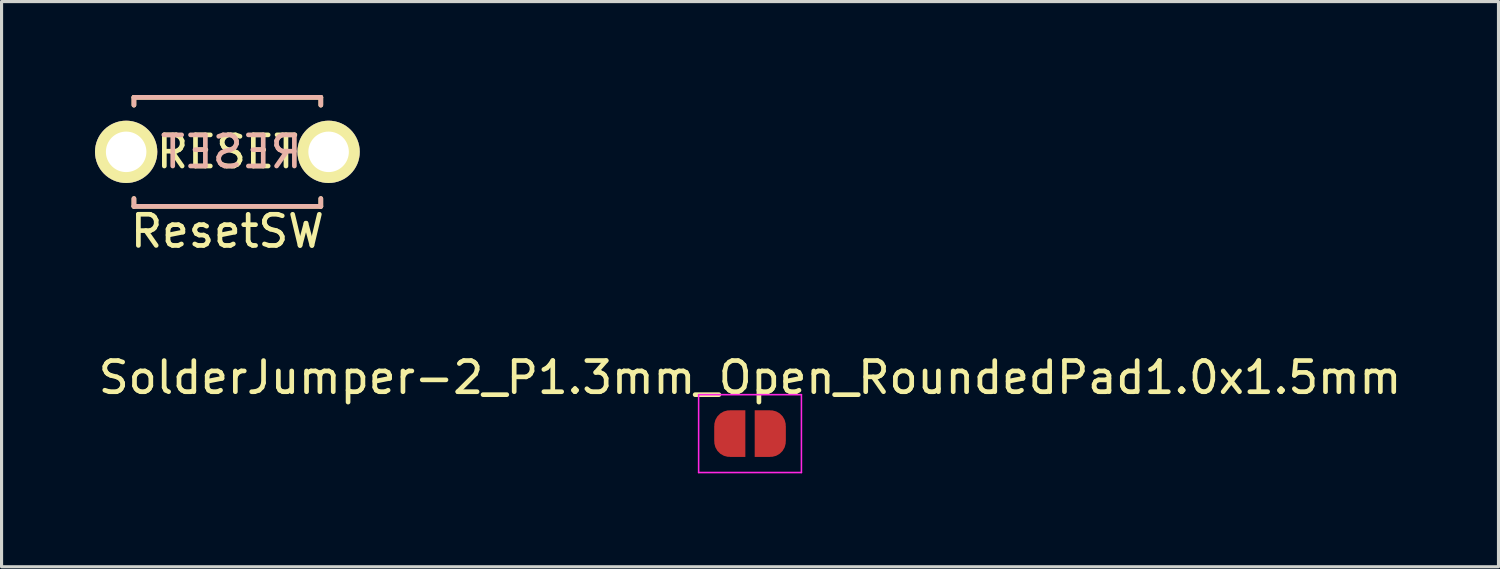
<source format=kicad_pcb>
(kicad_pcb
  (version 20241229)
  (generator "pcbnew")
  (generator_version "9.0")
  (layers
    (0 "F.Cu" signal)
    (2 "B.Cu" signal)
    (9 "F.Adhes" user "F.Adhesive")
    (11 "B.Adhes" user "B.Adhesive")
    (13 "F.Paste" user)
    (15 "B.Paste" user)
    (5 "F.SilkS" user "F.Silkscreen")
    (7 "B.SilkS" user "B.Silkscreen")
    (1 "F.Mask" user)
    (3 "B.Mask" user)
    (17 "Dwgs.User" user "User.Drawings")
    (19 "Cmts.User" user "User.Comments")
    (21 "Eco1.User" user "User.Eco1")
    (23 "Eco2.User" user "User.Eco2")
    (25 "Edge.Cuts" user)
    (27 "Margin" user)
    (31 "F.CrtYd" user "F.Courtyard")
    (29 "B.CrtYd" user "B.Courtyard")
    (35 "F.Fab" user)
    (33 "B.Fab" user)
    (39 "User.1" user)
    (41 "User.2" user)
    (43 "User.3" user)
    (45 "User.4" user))
  (footprint "ResetSW"
    (layer "F.Cu")
    (at 4.25 1.825)
    (property "Reference" "ResetSW" (at 0 2.55 0) (layer "F.SilkS") (effects (font (size 1 1) (thickness 0.15))))
    (attr through_hole)
    (fp_line (start -3 -1.75) (end -3 -1.5) (stroke (width 0.15) (type solid)) (layer "F.SilkS"))
    (fp_line (start -3 -1.75) (end 3 -1.75) (stroke (width 0.15) (type solid)) (layer "F.SilkS"))
    (fp_line (start -3 1.75) (end -3 1.5) (stroke (width 0.15) (type solid)) (layer "F.SilkS"))
    (fp_line (start -3 1.75) (end 3 1.75) (stroke (width 0.15) (type solid)) (layer "F.SilkS"))
    (fp_line (start 3 -1.75) (end 3 -1.5) (stroke (width 0.15) (type solid)) (layer "F.SilkS"))
    (fp_line (start 3 1.75) (end 3 1.5) (stroke (width 0.15) (type solid)) (layer "F.SilkS"))
    (fp_line (start -3 -1.75) (end 3 -1.75) (stroke (width 0.15) (type solid)) (layer "B.SilkS"))
    (fp_line (start -3 -1.5) (end -3 -1.75) (stroke (width 0.15) (type solid)) (layer "B.SilkS"))
    (fp_line (start -3 1.75) (end -3 1.5) (stroke (width 0.15) (type solid)) (layer "B.SilkS"))
    (fp_line (start 3 -1.75) (end 3 -1.5) (stroke (width 0.15) (type solid)) (layer "B.SilkS"))
    (fp_line (start 3 1.5) (end 3 1.75) (stroke (width 0.15) (type solid)) (layer "B.SilkS"))
    (fp_line (start 3 1.75) (end -3 1.75) (stroke (width 0.15) (type solid)) (layer "B.SilkS"))
    (fp_text user "RESET" (at 0 0 0) (layer "F.SilkS") (effects (font (size 1 1) (thickness 0.15))))
    (fp_text user "RESET" (at 0.127 0 0) (layer "B.SilkS") (effects (font (size 1 1) (thickness 0.15)) (justify mirror)))
    (pad "1" thru_hole circle (at 3.25 0) (size 2 2) (drill 1.3) (layers "*.Cu" "*.Mask" "F.SilkS"))
    (pad "2" thru_hole circle (at -3.25 0) (size 2 2) (drill 1.3) (layers "*.Cu" "*.Mask" "F.SilkS")))
  (footprint "SolderJumper-2_P1.3mm_Open_RoundedPad1.0x1.5mm"
    (layer "F.Cu")
    (at 21.03 10.871)
    (property "Reference" "SolderJumper-2_P1.3mm_Open_RoundedPad1.0x1.5mm" (at 0 -1.8 180) (layer "F.SilkS") (effects (font (size 1 1) (thickness 0.15))))
    (attr exclude_from_pos_files)
    (fp_line (start -1.65 -1.25) (end -1.65 1.25) (stroke (width 0.05) (type solid)) (layer "F.CrtYd"))
    (fp_line (start -1.65 -1.25) (end 1.65 -1.25) (stroke (width 0.05) (type solid)) (layer "F.CrtYd"))
    (fp_line (start 1.65 1.25) (end -1.65 1.25) (stroke (width 0.05) (type solid)) (layer "F.CrtYd"))
    (fp_line (start 1.65 1.25) (end 1.65 -1.25) (stroke (width 0.05) (type solid)) (layer "F.CrtYd"))
    (pad "1" smd custom (at -0.65 0) (size 1 0.5) (layers "F.Cu" "F.Mask") (options (anchor rect)) (primitives (gr_circle (center 0 0.25) (end 0.5 0.25) (width 0) (fill yes)) (gr_circle (center 0 -0.25) (end 0.5 -0.25) (width 0) (fill yes)) (gr_poly (pts (xy 0.5 0.75) (xy 0 0.75) (xy 0 -0.75) (xy 0.5 -0.75)) (width 0) (fill yes))))
    (pad "2" smd custom (at 0.65 0) (size 1 0.5) (layers "F.Cu" "F.Mask") (options (anchor rect)) (primitives (gr_circle (center 0 0.25) (end 0.5 0.25) (width 0) (fill yes)) (gr_circle (center 0 -0.25) (end 0.5 -0.25) (width 0) (fill yes)) (gr_poly (pts (xy 0 0.75) (xy -0.5 0.75) (xy -0.5 -0.75) (xy 0 -0.75)) (width 0) (fill yes)))))
  (gr_rect
    (start -3 -3)
    (end 45.06 15.146)
    (stroke (width 0.1) (type default))
    (fill no)
    (layer "Edge.Cuts")))
</source>
